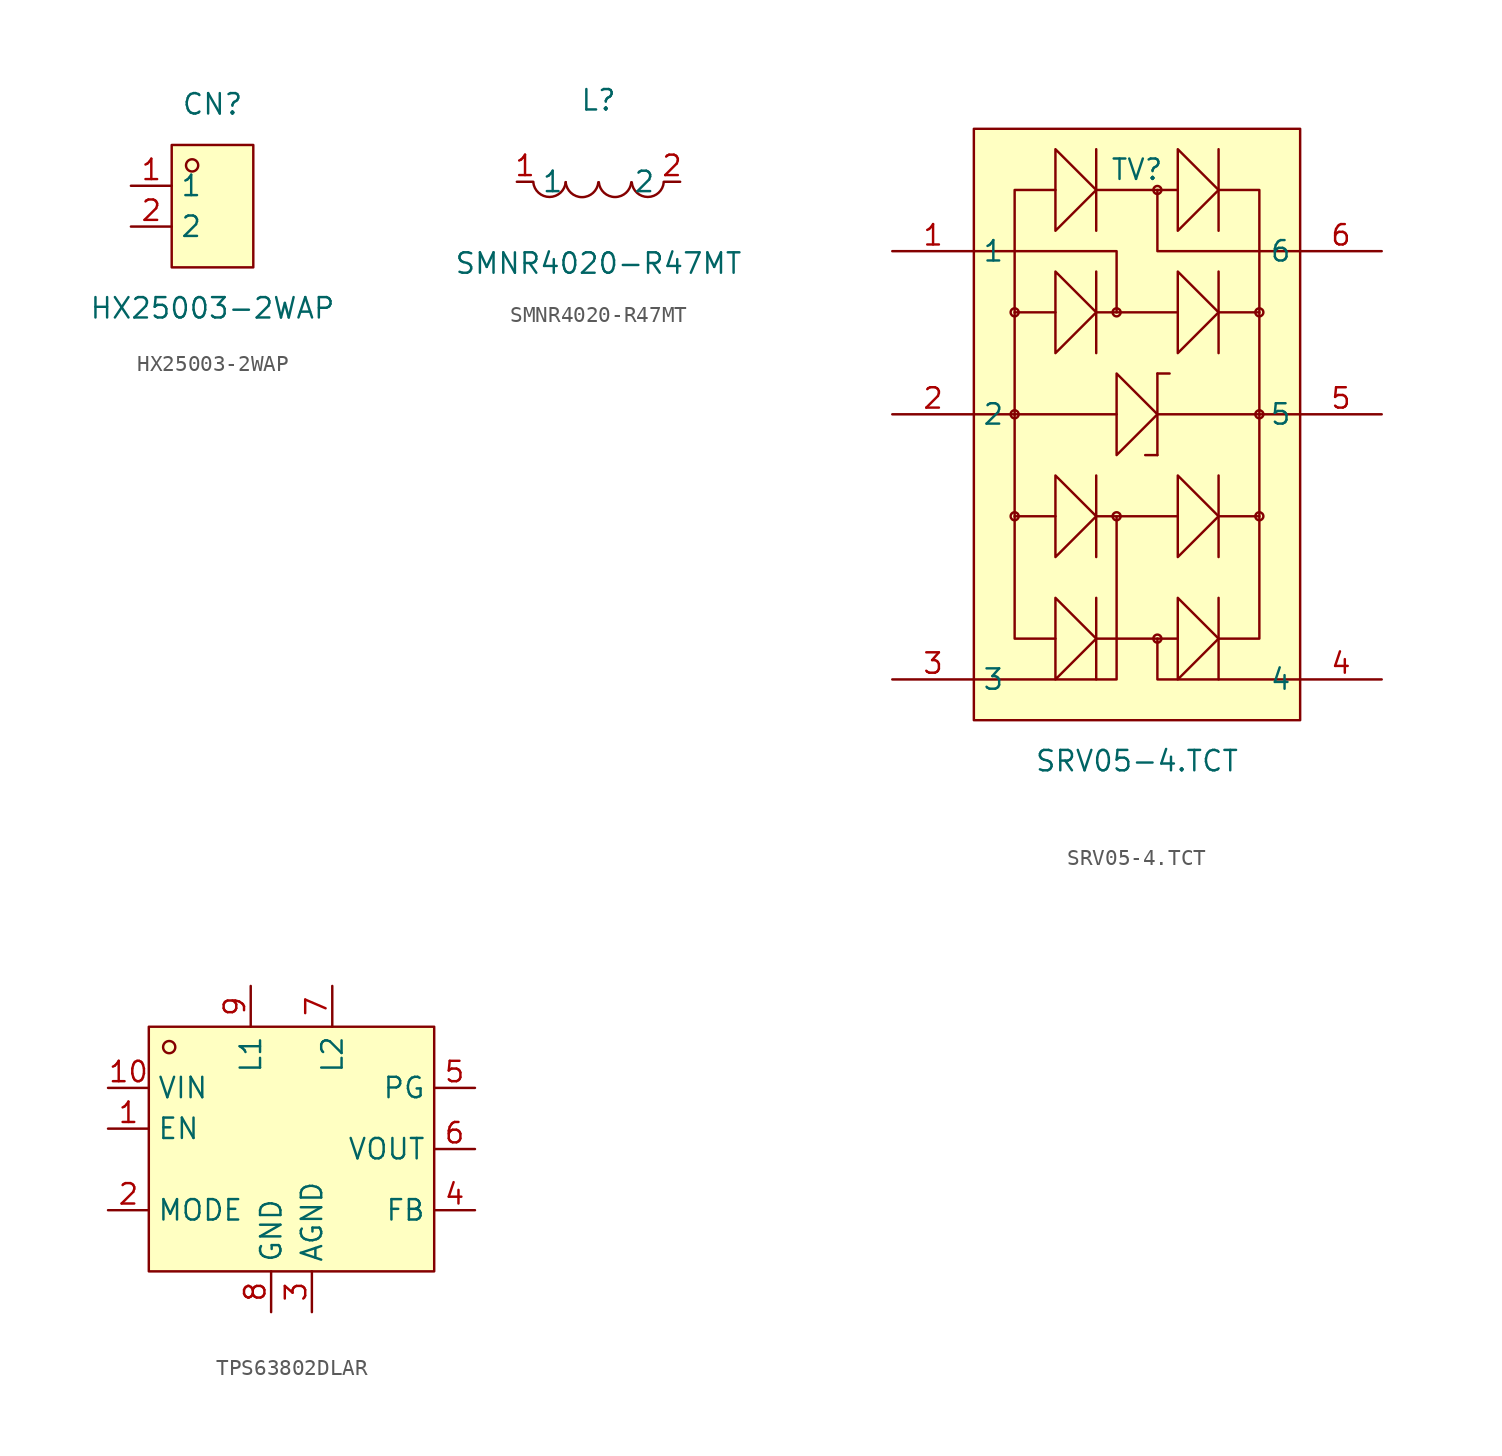
<source format=kicad_sym>
(kicad_symbol_lib
  (version 20241209)
  (generator "kicad_symbol_editor")
  (generator_version "9.0")
  (symbol "HX25003-2WAP"
    (property "Reference" "CN"
      (at 0 6.35 0)
      (effects (font (size 1.27 1.27))))
    (property "Value" "HX25003-2WAP"
      (at 0 -6.35 0)
      (effects (font (size 1.27 1.27))))
    (symbol "HX25003-2WAP_0_1"
      (rectangle (start -2.54 3.81) (end 2.54 -3.81) (stroke (width 0) (type default)) (fill (type background)))
      (circle (center -1.27 2.54) (radius 0.38) (stroke (width 0) (type default)) (fill (type none)))
      (pin unspecified line (at -5.08 1.27 0) (length 2.54) (name "1" (effects (font (size 1.27 1.27)))) (number "1" (effects (font (size 1.27 1.27)))))
      (pin unspecified line (at -5.08 -1.27 0) (length 2.54) (name "2" (effects (font (size 1.27 1.27)))) (number "2" (effects (font (size 1.27 1.27)))))))
  (symbol "SMNR4020-R47MT"
    (property "Reference" "L"
      (at 0 5.08 0)
      (effects (font (size 1.27 1.27))))
    (property "Value" "SMNR4020-R47MT"
      (at 0 -5.08 0)
      (effects (font (size 1.27 1.27))))
    (symbol "SMNR4020-R47MT_0_1"
      (arc (start -2.04 -0.02) (mid -3.0454 -0.9451) (end -4.06 -0.03) (stroke (width 0) (type default)) (fill (type none)))
      (arc (start -0.01 -0.03) (mid -1.025 -0.9563) (end -2.04 -0.03) (stroke (width 0) (type default)) (fill (type none)))
      (arc (start 2.04 -0.03) (mid 1.03 -0.9487) (end 0.02 -0.03) (stroke (width 0) (type default)) (fill (type none)))
      (arc (start 4.06 -0.03) (mid 3.0695 -0.9452) (end 2.07 -0.04) (stroke (width 0) (type default)) (fill (type none)))
      (pin unspecified line (at -5.08 0 0) (length 1.016) (name "1" (effects (font (size 1.27 1.27)))) (number "1" (effects (font (size 1.27 1.27)))))
      (pin unspecified line (at 5.08 0 180) (length 1.016) (name "2" (effects (font (size 1.27 1.27)))) (number "2" (effects (font (size 1.27 1.27)))))))
  (symbol "SRV05-4.TCT"
    (property "Reference" "TV"
      (at 0 16.51 0)
      (effects (font (size 1.27 1.27))))
    (property "Value" "SRV05-4.TCT"
      (at 0 -20.32 0)
      (effects (font (size 1.27 1.27))))
    (symbol "SRV05-4.TCT_0_1"
      (rectangle (start -10.16 19.05) (end 10.16 -17.78) (stroke (width 0) (type default)) (fill (type background)))
      (circle (center -7.62 7.62) (radius 0.25) (stroke (width 0) (type default)) (fill (type none)))
      (polyline (pts (xy -7.62 7.62) (xy -5.08 7.62)) (stroke (width 0) (type default)) (fill (type none)))
      (circle (center -7.62 1.27) (radius 0.25) (stroke (width 0) (type default)) (fill (type none)))
      (circle (center -7.62 -5.08) (radius 0.25) (stroke (width 0) (type default)) (fill (type none)))
      (polyline (pts (xy -7.62 -5.08) (xy -5.08 -5.08)) (stroke (width 0) (type default)) (fill (type none)))
      (polyline (pts (xy -5.08 15.24) (xy -7.62 15.24) (xy -7.62 -12.7) (xy -5.08 -12.7)) (stroke (width 0) (type default)) (fill (type none)))
      (polyline (pts (xy -5.08 12.7) (xy -2.54 15.24) (xy -5.08 17.78) (xy -5.08 12.7)) (stroke (width 0) (type default)) (fill (type background)))
      (polyline (pts (xy -5.08 5.08) (xy -2.54 7.62) (xy -5.08 10.16) (xy -5.08 5.08)) (stroke (width 0) (type default)) (fill (type background)))
      (polyline (pts (xy -5.08 -7.62) (xy -2.54 -5.08) (xy -5.08 -2.54) (xy -5.08 -7.62)) (stroke (width 0) (type default)) (fill (type background)))
      (polyline (pts (xy -5.08 -15.24) (xy -2.54 -12.7) (xy -5.08 -10.16) (xy -5.08 -15.24)) (stroke (width 0) (type default)) (fill (type background)))
      (polyline (pts (xy -2.54 17.78) (xy -2.54 12.7)) (stroke (width 0) (type default)) (fill (type none)))
      (polyline (pts (xy -2.54 10.16) (xy -2.54 5.08)) (stroke (width 0) (type default)) (fill (type none)))
      (polyline (pts (xy -2.54 7.62) (xy 2.54 7.62)) (stroke (width 0) (type default)) (fill (type none)))
      (polyline (pts (xy -2.54 -2.54) (xy -2.54 -7.62)) (stroke (width 0) (type default)) (fill (type none)))
      (polyline (pts (xy -2.54 -5.08) (xy 2.54 -5.08)) (stroke (width 0) (type default)) (fill (type none)))
      (polyline (pts (xy -2.54 -10.16) (xy -2.54 -15.24)) (stroke (width 0) (type default)) (fill (type none)))
      (polyline (pts (xy -2.54 -12.7) (xy 2.54 -12.7)) (stroke (width 0) (type default)) (fill (type none)))
      (circle (center -1.27 7.62) (radius 0.25) (stroke (width 0) (type default)) (fill (type none)))
      (polyline (pts (xy -1.27 7.62) (xy -1.27 11.43) (xy -10.16 11.43)) (stroke (width 0) (type default)) (fill (type none)))
      (polyline (pts (xy -1.27 1.27) (xy -10.16 1.27)) (stroke (width 0) (type default)) (fill (type none)))
      (polyline (pts (xy -1.27 -1.27) (xy 1.27 1.27) (xy -1.27 3.81) (xy -1.27 -1.27)) (stroke (width 0) (type default)) (fill (type background)))
      (circle (center -1.27 -5.08) (radius 0.25) (stroke (width 0) (type default)) (fill (type none)))
      (polyline (pts (xy -1.27 -5.08) (xy -1.27 -15.24) (xy -10.16 -15.24)) (stroke (width 0) (type default)) (fill (type none)))
      (polyline (pts (xy 1.27 15.24) (xy 1.27 11.43) (xy 10.16 11.43)) (stroke (width 0) (type default)) (fill (type none)))
      (circle (center 1.27 15.24) (radius 0.25) (stroke (width 0) (type default)) (fill (type none)))
      (polyline (pts (xy 1.27 3.81) (xy 1.27 -1.27)) (stroke (width 0) (type default)) (fill (type none)))
      (polyline (pts (xy 1.27 1.27) (xy 10.16 1.27)) (stroke (width 0) (type default)) (fill (type none)))
      (polyline (pts (xy 1.27 -1.27) (xy 0.51 -1.27)) (stroke (width 0) (type default)) (fill (type none)))
      (polyline (pts (xy 1.27 -12.7) (xy 1.27 -15.24) (xy 10.16 -15.24)) (stroke (width 0) (type default)) (fill (type none)))
      (circle (center 1.27 -12.7) (radius 0.25) (stroke (width 0) (type default)) (fill (type none)))
      (polyline (pts (xy 2.03 3.81) (xy 1.27 3.81)) (stroke (width 0) (type default)) (fill (type none)))
      (polyline (pts (xy 2.54 15.24) (xy -2.54 15.24)) (stroke (width 0) (type default)) (fill (type none)))
      (polyline (pts (xy 2.54 12.7) (xy 5.08 15.24) (xy 2.54 17.78) (xy 2.54 12.7)) (stroke (width 0) (type default)) (fill (type background)))
      (polyline (pts (xy 2.54 5.08) (xy 5.08 7.62) (xy 2.54 10.16) (xy 2.54 5.08)) (stroke (width 0) (type default)) (fill (type background)))
      (polyline (pts (xy 2.54 -7.62) (xy 5.08 -5.08) (xy 2.54 -2.54) (xy 2.54 -7.62)) (stroke (width 0) (type default)) (fill (type background)))
      (polyline (pts (xy 2.54 -15.24) (xy 5.08 -12.7) (xy 2.54 -10.16) (xy 2.54 -15.24)) (stroke (width 0) (type default)) (fill (type background)))
      (polyline (pts (xy 5.08 17.78) (xy 5.08 12.7)) (stroke (width 0) (type default)) (fill (type none)))
      (polyline (pts (xy 5.08 10.16) (xy 5.08 5.08)) (stroke (width 0) (type default)) (fill (type none)))
      (polyline (pts (xy 5.08 7.62) (xy 7.62 7.62)) (stroke (width 0) (type default)) (fill (type none)))
      (polyline (pts (xy 5.08 -2.54) (xy 5.08 -7.62)) (stroke (width 0) (type default)) (fill (type none)))
      (polyline (pts (xy 5.08 -5.08) (xy 7.62 -5.08)) (stroke (width 0) (type default)) (fill (type none)))
      (polyline (pts (xy 5.08 -10.16) (xy 5.08 -15.24)) (stroke (width 0) (type default)) (fill (type none)))
      (polyline (pts (xy 5.08 -12.7) (xy 7.62 -12.7) (xy 7.62 15.24) (xy 5.08 15.24)) (stroke (width 0) (type default)) (fill (type none)))
      (circle (center 7.62 7.62) (radius 0.25) (stroke (width 0) (type default)) (fill (type none)))
      (circle (center 7.62 1.27) (radius 0.25) (stroke (width 0) (type default)) (fill (type none)))
      (circle (center 7.62 -5.08) (radius 0.25) (stroke (width 0) (type default)) (fill (type none)))
      (pin input line (at -15.24 11.43 0) (length 5.08) (name "1" (effects (font (size 1.27 1.27)))) (number "1" (effects (font (size 1.27 1.27)))))
      (pin input line (at -15.24 1.27 0) (length 5.08) (name "2" (effects (font (size 1.27 1.27)))) (number "2" (effects (font (size 1.27 1.27)))))
      (pin input line (at -15.24 -15.24 0) (length 5.08) (name "3" (effects (font (size 1.27 1.27)))) (number "3" (effects (font (size 1.27 1.27)))))
      (pin input line (at 15.24 11.43 180) (length 5.08) (name "6" (effects (font (size 1.27 1.27)))) (number "6" (effects (font (size 1.27 1.27)))))
      (pin input line (at 15.24 1.27 180) (length 5.08) (name "5" (effects (font (size 1.27 1.27)))) (number "5" (effects (font (size 1.27 1.27)))))
      (pin input line (at 15.24 -15.24 180) (length 5.08) (name "4" (effects (font (size 1.27 1.27)))) (number "4" (effects (font (size 1.27 1.27)))))))
  (symbol "TPS63802DLAR"
    (property "Reference" "U"
      (at 0 10.16 0)
      (effects (font (size 1.27 1.27)) (hide yes)))
    (symbol "TPS63802DLAR_0_1"
      (rectangle (start -8.89 7.62) (end 8.89 -7.62) (stroke (width 0) (type default)) (fill (type background)))
      (circle (center -7.62 6.35) (radius 0.38) (stroke (width 0) (type default)) (fill (type none)))
      (pin unspecified line (at -11.43 3.81 0) (length 2.54) (name "VIN" (effects (font (size 1.27 1.27)))) (number "10" (effects (font (size 1.27 1.27)))))
      (pin unspecified line (at -11.43 1.27 0) (length 2.54) (name "EN" (effects (font (size 1.27 1.27)))) (number "1" (effects (font (size 1.27 1.27)))))
      (pin unspecified line (at -11.43 -3.81 0) (length 2.54) (name "MODE" (effects (font (size 1.27 1.27)))) (number "2" (effects (font (size 1.27 1.27)))))
      (pin unspecified line (at -2.54 10.16 270) (length 2.54) (name "L1" (effects (font (size 1.27 1.27)))) (number "9" (effects (font (size 1.27 1.27)))))
      (pin unspecified line (at -1.27 -10.16 90) (length 2.54) (name "GND" (effects (font (size 1.27 1.27)))) (number "8" (effects (font (size 1.27 1.27)))))
      (pin unspecified line (at 1.27 -10.16 90) (length 2.54) (name "AGND" (effects (font (size 1.27 1.27)))) (number "3" (effects (font (size 1.27 1.27)))))
      (pin unspecified line (at 2.54 10.16 270) (length 2.54) (name "L2" (effects (font (size 1.27 1.27)))) (number "7" (effects (font (size 1.27 1.27)))))
      (pin unspecified line (at 11.43 3.81 180) (length 2.54) (name "PG" (effects (font (size 1.27 1.27)))) (number "5" (effects (font (size 1.27 1.27)))))
      (pin unspecified line (at 11.43 0 180) (length 2.54) (name "VOUT" (effects (font (size 1.27 1.27)))) (number "6" (effects (font (size 1.27 1.27)))))
      (pin unspecified line (at 11.43 -3.81 180) (length 2.54) (name "FB" (effects (font (size 1.27 1.27)))) (number "4" (effects (font (size 1.27 1.27))))))))
</source>
